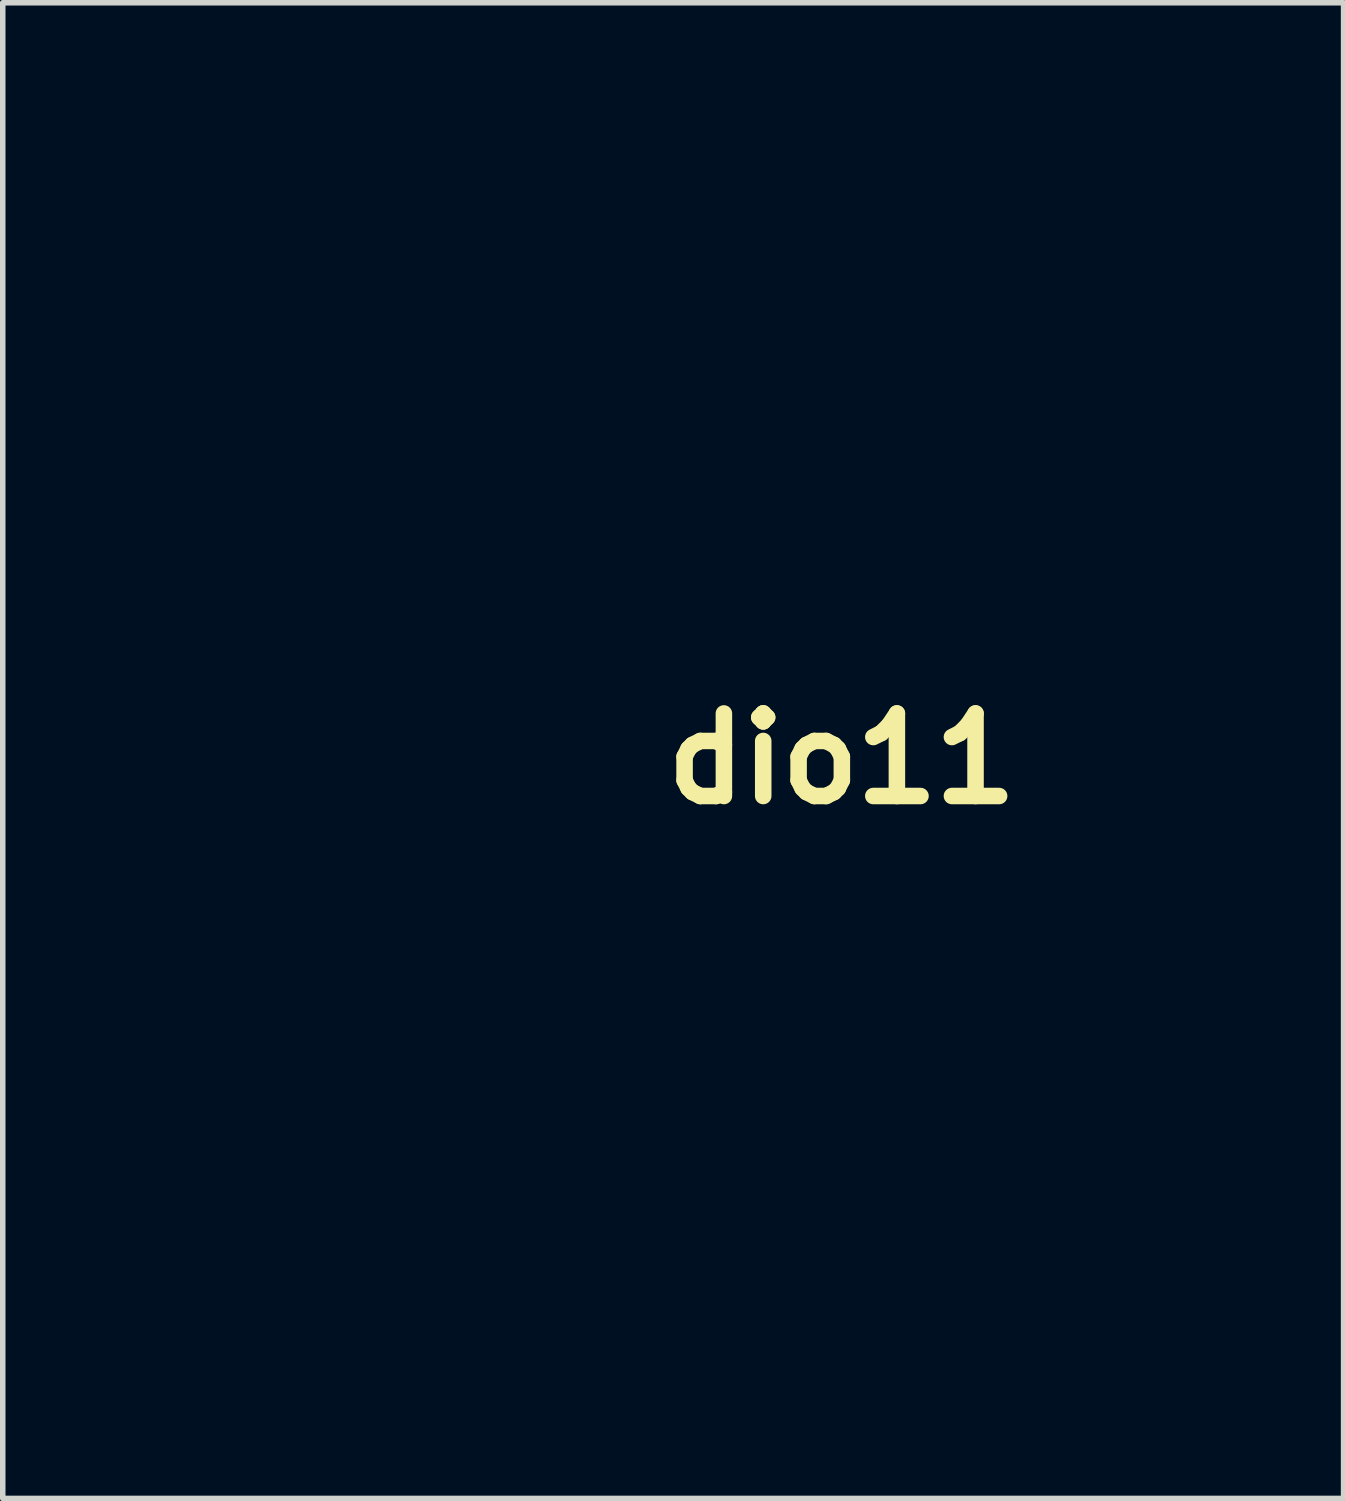
<source format=kicad_pcb>
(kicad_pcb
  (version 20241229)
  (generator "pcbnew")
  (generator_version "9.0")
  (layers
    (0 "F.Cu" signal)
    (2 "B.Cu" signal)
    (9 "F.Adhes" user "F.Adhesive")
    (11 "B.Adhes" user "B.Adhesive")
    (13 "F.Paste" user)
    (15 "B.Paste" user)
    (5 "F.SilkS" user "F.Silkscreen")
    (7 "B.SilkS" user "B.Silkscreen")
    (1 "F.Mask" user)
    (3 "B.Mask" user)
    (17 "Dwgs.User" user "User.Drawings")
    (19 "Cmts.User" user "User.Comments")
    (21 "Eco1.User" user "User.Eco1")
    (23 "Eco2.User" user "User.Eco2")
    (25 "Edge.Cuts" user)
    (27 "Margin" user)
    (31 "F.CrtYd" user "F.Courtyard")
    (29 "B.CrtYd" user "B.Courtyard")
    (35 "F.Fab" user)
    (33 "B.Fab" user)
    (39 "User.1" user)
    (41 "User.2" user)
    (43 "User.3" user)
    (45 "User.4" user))
  (footprint "dio11"
    (layer "F.Cu")
    (at 12.244 10.733)
    (property "Reference" "dio11" (at 0 0 0) (layer "F.SilkS") (effects (font (size 1.5 1.5) (thickness 0.3))))
    (attr board_only exclude_from_pos_files exclude_from_bom)
    (fp_poly (pts (xy -7.146 -7.056) (xy -7.176 -7.026) (xy -7.206 -7.056) (xy -7.176 -7.086)) (stroke (width 0) (type solid)) (fill yes) (layer "F.Mask"))
    (fp_poly (pts (xy -6.845 -8.977) (xy -6.875 -8.947) (xy -6.905 -8.977) (xy -6.875 -9.007)) (stroke (width 0) (type solid)) (fill yes) (layer "F.Mask"))
    (fp_poly (pts (xy -6.845 -8.857) (xy -6.875 -8.827) (xy -6.905 -8.857) (xy -6.875 -8.887)) (stroke (width 0) (type solid)) (fill yes) (layer "F.Mask"))
    (fp_poly (pts (xy -6.725 -8.797) (xy -6.755 -8.767) (xy -6.785 -8.797) (xy -6.755 -8.827)) (stroke (width 0) (type solid)) (fill yes) (layer "F.Mask"))
    (fp_poly (pts (xy -6.065 -8.797) (xy -6.095 -8.767) (xy -6.125 -8.797) (xy -6.095 -8.827)) (stroke (width 0) (type solid)) (fill yes) (layer "F.Mask"))
    (fp_poly (pts (xy -5.945 -9.457) (xy -5.975 -9.427) (xy -6.005 -9.457) (xy -5.975 -9.487)) (stroke (width 0) (type solid)) (fill yes) (layer "F.Mask"))
    (fp_poly (pts (xy -3.963 -10.238) (xy -3.993 -10.208) (xy -4.023 -10.238) (xy -3.993 -10.268)) (stroke (width 0) (type solid)) (fill yes) (layer "F.Mask"))
    (fp_poly (pts (xy -2.822 -10.538) (xy -2.852 -10.508) (xy -2.882 -10.538) (xy -2.852 -10.568)) (stroke (width 0) (type solid)) (fill yes) (layer "F.Mask"))
    (fp_poly (pts (xy -2.582 -10.418) (xy -2.612 -10.388) (xy -2.642 -10.418) (xy -2.612 -10.448)) (stroke (width 0) (type solid)) (fill yes) (layer "F.Mask"))
    (fp_poly (pts (xy -2.342 -9.698) (xy -2.372 -9.668) (xy -2.402 -9.698) (xy -2.372 -9.728)) (stroke (width 0) (type solid)) (fill yes) (layer "F.Mask"))
    (fp_poly (pts (xy -2.042 -9.998) (xy -2.072 -9.968) (xy -2.102 -9.998) (xy -2.072 -10.028)) (stroke (width 0) (type solid)) (fill yes) (layer "F.Mask"))
    (fp_poly (pts (xy -1.681 -9.998) (xy -1.711 -9.968) (xy -1.741 -9.998) (xy -1.711 -10.028)) (stroke (width 0) (type solid)) (fill yes) (layer "F.Mask"))
    (fp_poly (pts (xy 1.141 -9.698) (xy 1.111 -9.668) (xy 1.081 -9.698) (xy 1.111 -9.728)) (stroke (width 0) (type solid)) (fill yes) (layer "F.Mask"))
    (fp_poly (pts (xy -10.493 10.408) (xy -10.486 10.43) (xy -10.568 10.439) (xy -10.654 10.429) (xy -10.643 10.408) (xy -10.52 10.401)) (stroke (width 0) (type solid)) (fill yes) (layer "F.Mask"))
    (fp_poly (pts (xy -6.625 -9.202) (xy -6.618 -9.079) (xy -6.625 -9.052) (xy -6.647 -9.045) (xy -6.656 -9.127) (xy -6.646 -9.212)) (stroke (width 0) (type solid)) (fill yes) (layer "F.Mask"))
    (fp_poly (pts (xy -6.381 -9.344) (xy -6.399 -9.316) (xy -6.46 -9.312) (xy -6.524 -9.327) (xy -6.496 -9.348) (xy -6.403 -9.356)) (stroke (width 0) (type solid)) (fill yes) (layer "F.Mask"))
    (fp_poly (pts (xy -5.124 -9.467) (xy -5.117 -9.396) (xy -5.124 -9.387) (xy -5.16 -9.396) (xy -5.164 -9.427) (xy -5.142 -9.477)) (stroke (width 0) (type solid)) (fill yes) (layer "F.Mask"))
    (fp_poly (pts (xy -5.12 10.352) (xy -5.138 10.379) (xy -5.199 10.383) (xy -5.263 10.369) (xy -5.235 10.347) (xy -5.142 10.34)) (stroke (width 0) (type solid)) (fill yes) (layer "F.Mask"))
    (fp_poly (pts (xy -3.863 7.251) (xy -3.855 7.374) (xy -3.863 7.401) (xy -3.885 7.408) (xy -3.894 7.326) (xy -3.884 7.241)) (stroke (width 0) (type solid)) (fill yes) (layer "F.Mask"))
    (fp_poly (pts (xy -3.683 7.466) (xy -3.691 7.502) (xy -3.723 7.506) (xy -3.772 7.484) (xy -3.763 7.466) (xy -3.692 7.459)) (stroke (width 0) (type solid)) (fill yes) (layer "F.Mask"))
    (fp_poly (pts (xy -3.263 -10.248) (xy -3.271 -10.212) (xy -3.303 -10.208) (xy -3.352 -10.23) (xy -3.343 -10.248) (xy -3.271 -10.255)) (stroke (width 0) (type solid)) (fill yes) (layer "F.Mask"))
    (fp_poly (pts (xy -1.277 -10.244) (xy -1.295 -10.217) (xy -1.356 -10.213) (xy -1.42 -10.227) (xy -1.392 -10.249) (xy -1.298 -10.256)) (stroke (width 0) (type solid)) (fill yes) (layer "F.Mask"))
    (fp_poly (pts (xy 1.361 -10.128) (xy 1.368 -10.057) (xy 1.361 -10.048) (xy 1.325 -10.056) (xy 1.321 -10.088) (xy 1.343 -10.137)) (stroke (width 0) (type solid)) (fill yes) (layer "F.Mask"))
    (fp_poly (pts (xy -9.067 4.626) (xy -9.116 4.677) (xy -9.157 4.684) (xy -9.237 4.671) (xy -9.247 4.66) (xy -9.2 4.621) (xy -9.157 4.602) (xy -9.08 4.601)) (stroke (width 0) (type solid)) (fill yes) (layer "F.Mask"))
    (fp_poly (pts (xy -6.644 -8.145) (xy -6.635 -8.106) (xy -6.673 -8.055) (xy -6.723 -8.067) (xy -6.785 -8.106) (xy -6.832 -8.15) (xy -6.772 -8.165) (xy -6.737 -8.166)) (stroke (width 0) (type solid)) (fill yes) (layer "F.Mask"))
    (fp_poly (pts (xy -6.639 -7.921) (xy -6.704 -7.879) (xy -6.795 -7.865) (xy -6.845 -7.886) (xy -6.845 -7.889) (xy -6.796 -7.921) (xy -6.725 -7.944) (xy -6.644 -7.948)) (stroke (width 0) (type solid)) (fill yes) (layer "F.Mask"))
    (fp_poly (pts (xy -2.535 -9.859) (xy -2.522 -9.791) (xy -2.546 -9.692) (xy -2.582 -9.668) (xy -2.636 -9.716) (xy -2.642 -9.754) (xy -2.605 -9.856) (xy -2.582 -9.878)) (stroke (width 0) (type solid)) (fill yes) (layer "F.Mask"))
    (fp_poly (pts (xy -1.821 -8.484) (xy -1.801 -8.407) (xy -1.844 -8.306) (xy -1.922 -8.287) (xy -2.022 -8.329) (xy -2.042 -8.407) (xy -1.999 -8.507) (xy -1.922 -8.527)) (stroke (width 0) (type solid)) (fill yes) (layer "F.Mask"))
    (fp_poly (pts (xy -1.774 -6.217) (xy -1.741 -6.125) (xy -1.777 -6.031) (xy -1.891 -6.005) (xy -2.009 -6.033) (xy -2.042 -6.125) (xy -2.006 -6.219) (xy -1.891 -6.245)) (stroke (width 0) (type solid)) (fill yes) (layer "F.Mask"))
    (fp_poly (pts (xy 1.531 -5.419) (xy 1.634 -5.374) (xy 1.631 -5.319) (xy 1.531 -5.285) (xy 1.498 -5.284) (xy 1.402 -5.319) (xy 1.381 -5.366) (xy 1.429 -5.423)) (stroke (width 0) (type solid)) (fill yes) (layer "F.Mask"))
    (fp_poly (pts (xy 1.724 -5.84) (xy 1.734 -5.665) (xy 1.724 -5.569) (xy 1.709 -5.541) (xy 1.699 -5.616) (xy 1.698 -5.704) (xy 1.702 -5.834) (xy 1.714 -5.87)) (stroke (width 0) (type solid)) (fill yes) (layer "F.Mask"))
    (fp_poly (pts (xy -7.222 -8.957) (xy -7.206 -8.887) (xy -7.212 -8.789) (xy -7.221 -8.767) (xy -7.261 -8.811) (xy -7.312 -8.887) (xy -7.356 -8.978) (xy -7.32 -9.006) (xy -7.296 -9.007)) (stroke (width 0) (type solid)) (fill yes) (layer "F.Mask"))
    (fp_poly (pts (xy -4.228 -10.222) (xy -4.112 -10.162) (xy -4.083 -10.051) (xy -4.12 -9.941) (xy -4.2 -9.906) (xy -4.277 -9.958) (xy -4.295 -9.998) (xy -4.337 -10.133) (xy -4.348 -10.169) (xy -4.33 -10.225)) (stroke (width 0) (type solid)) (fill yes) (layer "F.Mask"))
    (fp_poly (pts (xy -0.925 -7.939) (xy -0.901 -7.841) (xy -0.927 -7.721) (xy -1.019 -7.686) (xy -1.025 -7.686) (xy -1.118 -7.715) (xy -1.13 -7.82) (xy -1.13 -7.821) (xy -1.079 -7.939) (xy -0.998 -7.98)) (stroke (width 0) (type solid)) (fill yes) (layer "F.Mask"))
    (fp_poly (pts (xy -6.932 -8.434) (xy -6.905 -8.347) (xy -6.918 -8.249) (xy -6.935 -8.226) (xy -6.963 -8.275) (xy -6.965 -8.312) (xy -7.015 -8.398) (xy -7.071 -8.425) (xy -7.124 -8.447) (xy -7.063 -8.458) (xy -7.041 -8.46)) (stroke (width 0) (type solid)) (fill yes) (layer "F.Mask"))
    (fp_poly (pts (xy -6.329 -6.15) (xy -6.305 -6.095) (xy -6.321 -6.015) (xy -6.335 -6.005) (xy -6.365 -6.051) (xy -6.365 -6.06) (xy -6.414 -6.12) (xy -6.47 -6.143) (xy -6.524 -6.165) (xy -6.462 -6.177) (xy -6.44 -6.178)) (stroke (width 0) (type solid)) (fill yes) (layer "F.Mask"))
    (fp_poly (pts (xy -1.222 -9.988) (xy -1.183 -9.94) (xy -1.198 -9.852) (xy -1.267 -9.712) (xy -1.365 -9.688) (xy -1.416 -9.714) (xy -1.485 -9.805) (xy -1.512 -9.878) (xy -1.514 -9.961) (xy -1.444 -9.994) (xy -1.351 -9.998)) (stroke (width 0) (type solid)) (fill yes) (layer "F.Mask"))
    (fp_poly (pts (xy -7.092 -9.467) (xy -7.023 -9.36) (xy -6.997 -9.31) (xy -6.926 -9.162) (xy -6.92 -9.091) (xy -6.988 -9.069) (xy -7.063 -9.067) (xy -7.169 -9.077) (xy -7.173 -9.121) (xy -7.146 -9.157) (xy -7.098 -9.286) (xy -7.103 -9.367) (xy -7.12 -9.47)) (stroke (width 0) (type solid)) (fill yes) (layer "F.Mask"))
    (fp_poly (pts (xy -1.242 -5.937) (xy -1.162 -5.904) (xy -1.141 -5.833) (xy -1.141 -5.825) (xy -1.159 -5.75) (xy -1.232 -5.714) (xy -1.392 -5.705) (xy -1.411 -5.704) (xy -1.58 -5.712) (xy -1.66 -5.745) (xy -1.681 -5.816) (xy -1.681 -5.825) (xy -1.664 -5.9) (xy -1.59 -5.935) (xy -1.431 -5.945) (xy -1.411 -5.945)) (stroke (width 0) (type solid)) (fill yes) (layer "F.Mask"))
    (fp_poly (pts (xy -6.096 -9.297) (xy -5.957 -9.275) (xy -5.887 -9.239) (xy -5.885 -9.231) (xy -5.847 -9.207) (xy -5.825 -9.217) (xy -5.773 -9.204) (xy -5.765 -9.161) (xy -5.811 -9.09) (xy -5.915 -9.067) (xy -6.026 -9.094) (xy -6.086 -9.157) (xy -6.143 -9.245) (xy -6.19 -9.231) (xy -6.211 -9.132) (xy -6.203 -9.037) (xy -6.194 -8.899) (xy -6.215 -8.829) (xy -6.222 -8.827) (xy -6.259 -8.88) (xy -6.286 -9.014) (xy -6.292 -9.069) (xy -6.308 -9.311)) (stroke (width 0) (type solid)) (fill yes) (layer "F.Mask"))
    (fp_poly (pts (xy -5.194 -8.208) (xy -5.026 -8.193) (xy -4.947 -8.157) (xy -4.924 -8.081) (xy -4.924 -8.061) (xy -4.96 -7.951) (xy -5.04 -7.926) (xy -5.144 -7.876) (xy -5.175 -7.791) (xy -5.208 -7.702) (xy -5.297 -7.657) (xy -5.45 -7.638) (xy -5.633 -7.64) (xy -5.725 -7.684) (xy -5.74 -7.71) (xy -5.744 -7.842) (xy -5.65 -7.917) (xy -5.581 -7.926) (xy -5.488 -7.964) (xy -5.464 -8.073) (xy -5.454 -8.164) (xy -5.4 -8.204) (xy -5.272 -8.211)) (stroke (width 0) (type solid)) (fill yes) (layer "F.Mask"))
    (fp_poly (pts (xy -3.838 -9.055) (xy -3.803 -9) (xy -3.787 -8.879) (xy -3.783 -8.664) (xy -3.783 -8.647) (xy -3.786 -8.426) (xy -3.801 -8.299) (xy -3.834 -8.241) (xy -3.894 -8.227) (xy -3.903 -8.226) (xy -3.997 -8.262) (xy -4.023 -8.377) (xy -4.048 -8.491) (xy -4.146 -8.526) (xy -4.173 -8.527) (xy -4.291 -8.565) (xy -4.33 -8.651) (xy -4.286 -8.737) (xy -4.188 -8.778) (xy -4.067 -8.846) (xy -4.034 -8.932) (xy -3.975 -9.045) (xy -3.899 -9.067)) (stroke (width 0) (type solid)) (fill yes) (layer "F.Mask"))
    (fp_poly (pts (xy -6.779 -7.616) (xy -6.712 -7.601) (xy -6.668 -7.561) (xy -6.643 -7.474) (xy -6.628 -7.315) (xy -6.619 -7.062) (xy -6.618 -7.041) (xy -6.615 -6.8) (xy -6.622 -6.614) (xy -6.637 -6.508) (xy -6.648 -6.493) (xy -6.74 -6.511) (xy -6.824 -6.527) (xy -6.965 -6.59) (xy -7.059 -6.669) (xy -7.127 -6.754) (xy -7.099 -6.782) (xy -7.008 -6.785) (xy -6.852 -6.785) (xy -6.888 -7.211) (xy -6.905 -7.432) (xy -6.905 -7.557) (xy -6.882 -7.613) (xy -6.828 -7.622)) (stroke (width 0) (type solid)) (fill yes) (layer "F.Mask"))
    (fp_poly (pts (xy -1.249 -7.67) (xy -1.213 -7.603) (xy -1.201 -7.455) (xy -1.201 -7.386) (xy -1.206 -7.207) (xy -1.231 -7.118) (xy -1.291 -7.088) (xy -1.344 -7.086) (xy -1.458 -7.055) (xy -1.479 -6.983) (xy -1.522 -6.886) (xy -1.576 -6.858) (xy -1.659 -6.876) (xy -1.682 -6.976) (xy -1.699 -7.154) (xy -1.719 -7.251) (xy -1.728 -7.35) (xy -1.658 -7.384) (xy -1.598 -7.386) (xy -1.48 -7.408) (xy -1.442 -7.498) (xy -1.441 -7.536) (xy -1.413 -7.654) (xy -1.321 -7.686)) (stroke (width 0) (type solid)) (fill yes) (layer "F.Mask"))
    (fp_poly (pts (xy -0.086 -7.11) (xy -0.06 -6.996) (xy -0.088 -6.878) (xy -0.18 -6.845) (xy -0.252 -6.83) (xy -0.288 -6.762) (xy -0.3 -6.615) (xy -0.3 -6.545) (xy -0.305 -6.367) (xy -0.33 -6.278) (xy -0.39 -6.248) (xy -0.45 -6.245) (xy -0.565 -6.22) (xy -0.6 -6.122) (xy -0.6 -6.095) (xy -0.629 -5.976) (xy -0.717 -5.945) (xy -0.826 -5.965) (xy -0.859 -5.99) (xy -0.867 -6.066) (xy -0.868 -6.233) (xy -0.86 -6.458) (xy -0.855 -6.56) (xy -0.838 -6.814) (xy -0.818 -6.971) (xy -0.788 -7.053) (xy -0.742 -7.083) (xy -0.713 -7.086) (xy -0.618 -7.04) (xy -0.6 -6.965) (xy -0.565 -6.871) (xy -0.45 -6.845) (xy -0.336 -6.87) (xy -0.301 -6.968) (xy -0.3 -6.996) (xy -0.272 -7.113) (xy -0.18 -7.146)) (stroke (width 0) (type solid)) (fill yes) (layer "F.Mask"))
    (fp_poly (pts (xy 1.371 -9.919) (xy 1.374 -9.863) (xy 1.411 -9.758) (xy 1.526 -9.728) (xy 1.532 -9.728) (xy 1.637 -9.714) (xy 1.66 -9.647) (xy 1.643 -9.563) (xy 1.569 -9.4) (xy 1.462 -9.265) (xy 1.364 -9.155) (xy 1.321 -9.072) (xy 1.321 -9.07) (xy 1.272 -9.014) (xy 1.231 -9.007) (xy 1.124 -8.967) (xy 1.021 -8.887) (xy 0.887 -8.797) (xy 0.774 -8.767) (xy 0.682 -8.74) (xy 0.682 -8.677) (xy 0.671 -8.602) (xy 0.584 -8.579) (xy 0.432 -8.568) (xy 0.243 -8.552) (xy 0.231 -8.551) (xy 0.059 -8.557) (xy -0.021 -8.616) (xy -0.025 -8.624) (xy -0.054 -8.738) (xy -0.017 -8.8) (xy 0.106 -8.824) (xy 0.24 -8.827) (xy 0.418 -8.832) (xy 0.507 -8.857) (xy 0.538 -8.917) (xy 0.54 -8.977) (xy 0.551 -9.069) (xy 0.605 -9.113) (xy 0.733 -9.126) (xy 0.817 -9.127) (xy 0.985 -9.132) (xy 1.063 -9.157) (xy 1.078 -9.225) (xy 1.07 -9.295) (xy 1.064 -9.413) (xy 1.12 -9.447) (xy 1.213 -9.438) (xy 1.334 -9.435) (xy 1.377 -9.496) (xy 1.381 -9.569) (xy 1.363 -9.679) (xy 1.296 -9.696) (xy 1.276 -9.69) (xy 1.215 -9.68) (xy 1.239 -9.707) (xy 1.31 -9.804) (xy 1.337 -9.878) (xy 1.36 -9.955)) (stroke (width 0) (type solid)) (fill yes) (layer "F.Mask"))
    (fp_poly (pts (xy 0.223 -10.703) (xy 0.285 -10.593) (xy 0.384 -10.57) (xy 0.472 -10.634) (xy 0.498 -10.703) (xy 0.513 -10.732) (xy 0.524 -10.656) (xy 0.527 -10.568) (xy 0.516 -10.301) (xy 0.479 -10.143) (xy 0.413 -10.088) (xy 0.407 -10.088) (xy 0.335 -10.047) (xy 0.211 -9.941) (xy 0.087 -9.818) (xy -0.054 -9.676) (xy -0.163 -9.578) (xy -0.213 -9.548) (xy -0.28 -9.505) (xy -0.334 -9.442) (xy -0.43 -9.357) (xy -0.491 -9.337) (xy -0.541 -9.325) (xy -0.57 -9.27) (xy -0.586 -9.143) (xy -0.594 -8.992) (xy -0.606 -8.894) (xy -0.654 -8.845) (xy -0.768 -8.829) (xy -0.901 -8.827) (xy -1.201 -8.827) (xy -1.201 -8.557) (xy -1.209 -8.388) (xy -1.241 -8.308) (xy -1.312 -8.287) (xy -1.321 -8.287) (xy -1.422 -8.329) (xy -1.441 -8.402) (xy -1.492 -8.507) (xy -1.576 -8.538) (xy -1.698 -8.606) (xy -1.731 -8.692) (xy -1.722 -8.793) (xy -1.637 -8.826) (xy -1.595 -8.827) (xy -1.476 -8.853) (xy -1.441 -8.946) (xy -1.441 -8.947) (xy -1.399 -9.047) (xy -1.321 -9.067) (xy -1.227 -9.102) (xy -1.201 -9.217) (xy -1.189 -9.311) (xy -1.133 -9.354) (xy -0.999 -9.367) (xy -0.937 -9.367) (xy -0.769 -9.376) (xy -0.682 -9.415) (xy -0.64 -9.503) (xy -0.636 -9.517) (xy -0.562 -9.642) (xy -0.479 -9.668) (xy -0.386 -9.703) (xy -0.36 -9.818) (xy -0.335 -9.932) (xy -0.238 -9.967) (xy -0.21 -9.968) (xy -0.096 -9.993) (xy -0.061 -10.09) (xy -0.06 -10.118) (xy -0.036 -10.231) (xy 0.058 -10.267) (xy 0.096 -10.268) (xy 0.189 -10.276) (xy 0.23 -10.32) (xy 0.235 -10.433) (xy 0.225 -10.553) (xy 0.214 -10.689) (xy 0.215 -10.733)) (stroke (width 0) (type solid)) (fill yes) (layer "F.Mask"))
    (fp_poly (pts (xy 2.362 -8.876) (xy 2.385 -8.875) (xy 2.792 -8.863) (xy 2.387 -8.842) (xy 2.17 -8.827) (xy 2.047 -8.803) (xy 1.993 -8.763) (xy 1.982 -8.704) (xy 1.994 -8.642) (xy 2.047 -8.607) (xy 2.167 -8.591) (xy 2.379 -8.587) (xy 2.402 -8.587) (xy 2.609 -8.583) (xy 2.759 -8.574) (xy 2.822 -8.562) (xy 2.822 -8.561) (xy 2.803 -8.491) (xy 2.764 -8.381) (xy 2.721 -8.295) (xy 2.653 -8.248) (xy 2.527 -8.23) (xy 2.341 -8.226) (xy 2.121 -8.218) (xy 1.996 -8.188) (xy 1.942 -8.132) (xy 1.941 -8.132) (xy 1.861 -8.038) (xy 1.763 -7.983) (xy 1.655 -7.912) (xy 1.621 -7.844) (xy 1.573 -7.75) (xy 1.531 -7.724) (xy 1.467 -7.644) (xy 1.442 -7.46) (xy 1.441 -7.418) (xy 1.449 -7.248) (xy 1.482 -7.167) (xy 1.552 -7.146) (xy 1.557 -7.146) (xy 1.662 -7.197) (xy 1.693 -7.281) (xy 1.703 -7.294) (xy 1.71 -7.205) (xy 1.714 -7.034) (xy 1.714 -6.996) (xy 1.711 -6.811) (xy 1.705 -6.706) (xy 1.695 -6.699) (xy 1.693 -6.71) (xy 1.635 -6.82) (xy 1.533 -6.857) (xy 1.434 -6.822) (xy 1.382 -6.718) (xy 1.381 -6.699) (xy 1.409 -6.586) (xy 1.514 -6.539) (xy 1.546 -6.534) (xy 1.711 -6.515) (xy 1.581 -6.384) (xy 1.487 -6.239) (xy 1.42 -6.042) (xy 1.411 -5.994) (xy 1.381 -5.833) (xy 1.331 -5.757) (xy 1.225 -5.733) (xy 1.121 -5.73) (xy 0.925 -5.745) (xy 0.82 -5.811) (xy 0.783 -5.948) (xy 0.782 -5.995) (xy 0.757 -6.098) (xy 0.703 -6.108) (xy 0.647 -6.038) (xy 0.614 -5.91) (xy 0.581 -5.668) (xy 0.535 -5.527) (xy 0.467 -5.469) (xy 0.433 -5.464) (xy 0.331 -5.415) (xy 0.269 -5.33) (xy 0.187 -5.216) (xy 0.092 -5.173) (xy 0.019 -5.205) (xy 0 -5.28) (xy 0.04 -5.383) (xy 0.12 -5.404) (xy 0.214 -5.439) (xy 0.24 -5.554) (xy 0.265 -5.669) (xy 0.363 -5.704) (xy 0.39 -5.704) (xy 0.479 -5.714) (xy 0.523 -5.763) (xy 0.539 -5.882) (xy 0.54 -6.009) (xy 0.536 -6.187) (xy 0.513 -6.274) (xy 0.459 -6.298) (xy 0.405 -6.294) (xy 0.302 -6.303) (xy 0.277 -6.393) (xy 0.277 -6.41) (xy 0.255 -6.515) (xy 0.151 -6.545) (xy 0.142 -6.545) (xy 0.033 -6.572) (xy 0.000362 -6.674) (xy 0 -6.695) (xy 0.025 -6.81) (xy 0.122 -6.845) (xy 0.146 -6.845) (xy 0.231 -6.853) (xy 0.269 -6.898) (xy 0.272 -7.009) (xy 0.259 -7.146) (xy 0.243 -7.323) (xy 0.255 -7.412) (xy 0.307 -7.442) (xy 0.384 -7.446) (xy 0.501 -7.423) (xy 0.539 -7.334) (xy 0.54 -7.296) (xy 0.552 -7.203) (xy 0.608 -7.159) (xy 0.74 -7.146) (xy 0.807 -7.146) (xy 0.976 -7.135) (xy 1.088 -7.107) (xy 1.107 -7.092) (xy 1.089 -7.024) (xy 0.995 -6.944) (xy 0.861 -6.874) (xy 0.725 -6.837) (xy 0.676 -6.837) (xy 0.576 -6.828) (xy 0.542 -6.743) (xy 0.54 -6.693) (xy 0.556 -6.579) (xy 0.627 -6.548) (xy 0.706 -6.556) (xy 0.804 -6.564) (xy 0.85 -6.532) (xy 0.858 -6.431) (xy 0.85 -6.292) (xy 0.829 -6.005) (xy 1.105 -6.005) (xy 1.381 -6.005) (xy 1.381 -6.24) (xy 1.367 -6.481) (xy 1.324 -6.607) (xy 1.252 -6.618) (xy 1.224 -6.599) (xy 1.152 -6.485) (xy 1.134 -6.403) (xy 1.126 -6.314) (xy 1.11 -6.343) (xy 1.097 -6.395) (xy 1.041 -6.515) (xy 0.999 -6.559) (xy 0.966 -6.598) (xy 1.006 -6.604) (xy 1.067 -6.655) (xy 1.081 -6.725) (xy 1.116 -6.819) (xy 1.233 -6.845) (xy 1.333 -6.858) (xy 1.371 -6.92) (xy 1.37 -7.065) (xy 1.333 -7.237) (xy 1.249 -7.311) (xy 1.248 -7.312) (xy 1.152 -7.365) (xy 1.163 -7.422) (xy 1.261 -7.446) (xy 1.362 -7.489) (xy 1.381 -7.563) (xy 1.361 -7.636) (xy 1.28 -7.676) (xy 1.11 -7.697) (xy 1.096 -7.698) (xy 0.92 -7.717) (xy 0.835 -7.755) (xy 0.811 -7.826) (xy 0.811 -7.836) (xy 0.823 -7.899) (xy 0.876 -7.937) (xy 0.996 -7.959) (xy 1.207 -7.972) (xy 1.246 -7.974) (xy 1.47 -7.985) (xy 1.601 -8.004) (xy 1.662 -8.038) (xy 1.68 -8.099) (xy 1.681 -8.139) (xy 1.71 -8.255) (xy 1.803 -8.287) (xy 1.923 -8.332) (xy 1.972 -8.436) (xy 1.935 -8.542) (xy 1.906 -8.662) (xy 1.926 -8.752) (xy 1.965 -8.824) (xy 2.03 -8.863) (xy 2.152 -8.878)) (stroke (width 0) (type solid)) (fill yes) (layer "F.Mask"))
    (fp_poly (pts (xy -3.528 -8.209) (xy -3.492 -8.135) (xy -3.483 -7.976) (xy -3.483 -7.956) (xy -3.476 -7.789) (xy -3.446 -7.71) (xy -3.373 -7.687) (xy -3.335 -7.686) (xy -3.259 -7.679) (xy -3.213 -7.641) (xy -3.189 -7.546) (xy -3.175 -7.369) (xy -3.17 -7.251) (xy -3.158 -7.025) (xy -3.138 -6.892) (xy -3.101 -6.826) (xy -3.038 -6.8) (xy -3.017 -6.796) (xy -2.938 -6.795) (xy -2.898 -6.841) (xy -2.884 -6.961) (xy -2.882 -7.081) (xy -2.876 -7.263) (xy -2.85 -7.354) (xy -2.792 -7.384) (xy -2.762 -7.386) (xy -2.691 -7.371) (xy -2.655 -7.306) (xy -2.643 -7.163) (xy -2.642 -7.071) (xy -2.635 -6.833) (xy -2.619 -6.55) (xy -2.603 -6.353) (xy -2.578 -6.135) (xy -2.547 -6.01) (xy -2.499 -5.951) (xy -2.439 -5.933) (xy -2.37 -5.91) (xy -2.329 -5.848) (xy -2.307 -5.719) (xy -2.294 -5.509) (xy -2.287 -5.295) (xy -2.294 -5.174) (xy -2.325 -5.119) (xy -2.389 -5.105) (xy -2.429 -5.104) (xy -2.582 -5.104) (xy -2.582 -4.42) (xy -2.583 -4.125) (xy -2.588 -3.929) (xy -2.603 -3.81) (xy -2.632 -3.745) (xy -2.678 -3.714) (xy -2.732 -3.698) (xy -2.798 -3.677) (xy -2.842 -3.64) (xy -2.866 -3.563) (xy -2.878 -3.425) (xy -2.882 -3.203) (xy -2.882 -3.016) (xy -2.877 -2.617) (xy -2.864 -2.325) (xy -2.839 -2.125) (xy -2.8 -2.005) (xy -2.743 -1.949) (xy -2.68 -1.944) (xy -2.629 -1.957) (xy -2.594 -1.993) (xy -2.57 -2.068) (xy -2.554 -2.203) (xy -2.545 -2.416) (xy -2.537 -2.726) (xy -2.535 -2.813) (xy -2.528 -3.148) (xy -2.519 -3.381) (xy -2.505 -3.531) (xy -2.484 -3.616) (xy -2.452 -3.654) (xy -2.407 -3.663) (xy -2.4 -3.663) (xy -2.338 -3.675) (xy -2.302 -3.727) (xy -2.286 -3.846) (xy -2.282 -4.056) (xy -2.282 -4.083) (xy -2.279 -4.304) (xy -2.264 -4.431) (xy -2.231 -4.489) (xy -2.171 -4.503) (xy -2.162 -4.504) (xy -2.089 -4.487) (xy -2.053 -4.419) (xy -2.042 -4.268) (xy -2.042 -4.212) (xy -2.033 -3.96) (xy -2.01 -3.698) (xy -2.003 -3.638) (xy -1.972 -3.467) (xy -1.93 -3.387) (xy -1.858 -3.372) (xy -1.838 -3.375) (xy -1.784 -3.389) (xy -1.748 -3.427) (xy -1.726 -3.51) (xy -1.716 -3.658) (xy -1.712 -3.893) (xy -1.711 -4.098) (xy -1.71 -4.398) (xy -1.705 -4.598) (xy -1.696 -4.684) (xy -1.441 -4.684) (xy -1.406 -4.59) (xy -1.291 -4.564) (xy -1.173 -4.592) (xy -1.141 -4.684) (xy -1.176 -4.778) (xy -1.291 -4.804) (xy -1.409 -4.776) (xy -1.441 -4.684) (xy -1.696 -4.684) (xy -1.692 -4.719) (xy -1.666 -4.779) (xy -1.625 -4.801) (xy -1.576 -4.804) (xy -1.471 -4.846) (xy -1.432 -4.943) (xy -1.46 -5.047) (xy -1.556 -5.112) (xy -1.571 -5.115) (xy -1.657 -5.16) (xy -1.715 -5.242) (xy -1.726 -5.317) (xy -1.681 -5.344) (xy -1.586 -5.364) (xy -1.536 -5.381) (xy -1.465 -5.379) (xy -1.441 -5.282) (xy -1.441 -5.261) (xy -1.419 -5.143) (xy -1.328 -5.105) (xy -1.291 -5.104) (xy -1.197 -5.116) (xy -1.154 -5.172) (xy -1.141 -5.306) (xy -1.141 -5.367) (xy -1.131 -5.538) (xy -1.09 -5.626) (xy -1.006 -5.667) (xy -0.784 -5.707) (xy -0.653 -5.681) (xy -0.602 -5.585) (xy -0.6 -5.554) (xy -0.627 -5.439) (xy -0.723 -5.405) (xy -0.736 -5.404) (xy -0.806 -5.397) (xy -0.844 -5.358) (xy -0.858 -5.261) (xy -0.855 -5.081) (xy -0.851 -4.984) (xy -0.842 -4.765) (xy -0.848 -4.639) (xy -0.877 -4.581) (xy -0.937 -4.564) (xy -0.986 -4.564) (xy -1.141 -4.564) (xy -1.141 -3.693) (xy -1.141 -2.822) (xy -1.291 -2.822) (xy -1.361 -2.818) (xy -1.404 -2.791) (xy -1.429 -2.719) (xy -1.439 -2.579) (xy -1.441 -2.348) (xy -1.441 -2.252) (xy -1.44 -1.988) (xy -1.433 -1.821) (xy -1.414 -1.729) (xy -1.377 -1.69) (xy -1.316 -1.681) (xy -1.291 -1.681) (xy -1.202 -1.672) (xy -1.157 -1.622) (xy -1.142 -1.502) (xy -1.141 -1.381) (xy -1.136 -1.203) (xy -1.111 -1.114) (xy -1.051 -1.084) (xy -0.991 -1.081) (xy -0.873 -1.053) (xy -0.841 -0.961) (xy -0.812 -0.873) (xy -0.707 -0.842) (xy -0.661 -0.841) (xy -0.532 -0.857) (xy -0.485 -0.925) (xy -0.48 -0.991) (xy -0.505 -1.105) (xy -0.603 -1.14) (xy -0.627 -1.141) (xy -0.717 -1.153) (xy -0.764 -1.211) (xy -0.786 -1.346) (xy -0.792 -1.426) (xy -0.812 -1.603) (xy -0.852 -1.693) (xy -0.93 -1.728) (xy -0.946 -1.731) (xy -1.01 -1.747) (xy -1.05 -1.79) (xy -1.071 -1.883) (xy -1.08 -2.051) (xy -1.081 -2.279) (xy -1.078 -2.535) (xy -1.067 -2.695) (xy -1.043 -2.784) (xy -0.999 -2.826) (xy -0.961 -2.84) (xy -0.904 -2.865) (xy -0.868 -2.922) (xy -0.849 -3.033) (xy -0.842 -3.224) (xy -0.841 -3.417) (xy -0.838 -3.676) (xy -0.829 -3.838) (xy -0.807 -3.924) (xy -0.768 -3.958) (xy -0.727 -3.963) (xy -0.621 -4.018) (xy -0.576 -4.113) (xy -0.502 -4.237) (xy -0.419 -4.263) (xy -0.326 -4.299) (xy -0.3 -4.413) (xy -0.275 -4.528) (xy -0.178 -4.563) (xy -0.152 -4.564) (xy -0.051 -4.53) (xy -0.04 -4.455) (xy -0.117 -4.377) (xy -0.155 -4.36) (xy -0.232 -4.281) (xy -0.24 -4.239) (xy -0.29 -4.151) (xy -0.357 -4.114) (xy -0.467 -4.038) (xy -0.521 -3.923) (xy -0.517 -3.808) (xy -0.45 -3.733) (xy -0.396 -3.723) (xy -0.317 -3.674) (xy -0.251 -3.573) (xy -0.174 -3.462) (xy -0.101 -3.423) (xy -0.018 -3.374) (xy 0.049 -3.273) (xy 0.13 -3.162) (xy 0.209 -3.122) (xy 0.289 -3.076) (xy 0.3 -3.034) (xy 0.348 -2.937) (xy 0.411 -2.887) (xy 0.534 -2.803) (xy 0.676 -2.682) (xy 0.804 -2.555) (xy 0.886 -2.453) (xy 0.901 -2.417) (xy 0.949 -2.354) (xy 1.051 -2.293) (xy 1.162 -2.217) (xy 1.201 -2.147) (xy 1.25 -2.066) (xy 1.336 -2.011) (xy 1.439 -1.925) (xy 1.486 -1.763) (xy 1.49 -1.726) (xy 1.514 -1.582) (xy 1.549 -1.505) (xy 1.559 -1.501) (xy 1.622 -1.462) (xy 1.748 -1.358) (xy 1.914 -1.209) (xy 1.986 -1.141) (xy 2.364 -0.781) (xy 2.364 -0.309) (xy 2.362 -0.072) (xy 2.346 0.085) (xy 2.305 0.197) (xy 2.224 0.305) (xy 2.118 0.418) (xy 1.971 0.587) (xy 1.888 0.739) (xy 1.843 0.931) (xy 1.83 1.035) (xy 1.796 1.249) (xy 1.752 1.369) (xy 1.686 1.422) (xy 1.675 1.426) (xy 1.581 1.472) (xy 1.561 1.505) (xy 1.521 1.569) (xy 1.417 1.69) (xy 1.271 1.841) (xy 1.269 1.843) (xy 1.027 2.102) (xy 0.835 2.346) (xy 0.709 2.556) (xy 0.661 2.711) (xy 0.661 2.716) (xy 0.612 2.826) (xy 0.55 2.862) (xy 0.463 2.928) (xy 0.374 3.059) (xy 0.301 3.212) (xy 0.264 3.348) (xy 0.279 3.423) (xy 0.374 3.469) (xy 0.48 3.493) (xy 0.578 3.521) (xy 0.621 3.596) (xy 0.63 3.753) (xy 0.625 3.903) (xy 0.586 3.975) (xy 0.48 4.003) (xy 0.372 4.012) (xy 0.197 4.038) (xy 0.102 4.098) (xy 0.059 4.177) (xy -0.004 4.287) (xy -0.06 4.323) (xy -0.126 4.373) (xy -0.18 4.474) (xy -0.248 4.585) (xy -0.314 4.624) (xy -0.404 4.67) (xy -0.464 4.74) (xy -0.538 4.809) (xy -0.672 4.857) (xy -0.895 4.891) (xy -0.959 4.898) (xy -1.211 4.934) (xy -1.349 4.985) (xy -1.38 5.054) (xy -1.309 5.148) (xy -1.288 5.167) (xy -1.229 5.283) (xy -1.216 5.468) (xy -1.244 5.68) (xy -1.305 5.879) (xy -1.395 6.024) (xy -1.407 6.035) (xy -1.519 6.157) (xy -1.58 6.26) (xy -1.671 6.345) (xy -1.79 6.365) (xy -1.954 6.403) (xy -2.065 6.478) (xy -2.191 6.562) (xy -2.369 6.622) (xy -2.398 6.628) (xy -2.561 6.671) (xy -2.644 6.752) (xy -2.668 6.821) (xy -2.67 6.995) (xy -2.592 7.105) (xy -2.461 7.14) (xy -2.305 7.088) (xy -2.204 7.005) (xy -2.063 6.875) (xy -1.911 6.792) (xy -1.717 6.745) (xy -1.45 6.726) (xy -1.28 6.724) (xy -0.894 6.701) (xy -0.574 6.636) (xy -0.336 6.536) (xy -0.201 6.409) (xy -0.122 6.337) (xy 0.031 6.237) (xy 0.222 6.128) (xy 0.415 6.03) (xy 0.574 5.963) (xy 0.651 5.945) (xy 0.728 5.905) (xy 0.866 5.8) (xy 1.041 5.648) (xy 1.132 5.563) (xy 1.435 5.305) (xy 1.703 5.155) (xy 1.948 5.112) (xy 2.185 5.174) (xy 2.427 5.341) (xy 2.531 5.439) (xy 2.678 5.578) (xy 2.799 5.674) (xy 2.858 5.703) (xy 2.943 5.666) (xy 3.065 5.574) (xy 3.087 5.554) (xy 3.148 5.501) (xy 3.212 5.461) (xy 3.297 5.435) (xy 3.422 5.418) (xy 3.606 5.409) (xy 3.869 5.405) (xy 4.229 5.404) (xy 4.31 5.404) (xy 5.372 5.404) (xy 5.736 5.785) (xy 5.918 5.983) (xy 6.03 6.129) (xy 6.089 6.253) (xy 6.113 6.385) (xy 6.115 6.416) (xy 6.115 6.581) (xy 6.077 6.669) (xy 5.981 6.723) (xy 5.973 6.726) (xy 5.844 6.753) (xy 5.632 6.774) (xy 5.375 6.786) (xy 5.265 6.787) (xy 4.889 6.795) (xy 4.504 6.815) (xy 4.134 6.844) (xy 3.806 6.879) (xy 3.542 6.919) (xy 3.368 6.962) (xy 3.343 6.972) (xy 3.224 7.046) (xy 3.197 7.129) (xy 3.265 7.237) (xy 3.434 7.384) (xy 3.473 7.414) (xy 3.741 7.675) (xy 3.961 8.021) (xy 3.962 8.022) (xy 4.041 8.183) (xy 4.097 8.32) (xy 4.134 8.463) (xy 4.158 8.639) (xy 4.175 8.875) (xy 4.188 9.201) (xy 4.19 9.247) (xy 4.2 9.62) (xy 4.197 9.889) (xy 4.175 10.072) (xy 4.129 10.185) (xy 4.054 10.244) (xy 3.944 10.266) (xy 3.864 10.268) (xy 3.557 10.231) (xy 3.324 10.115) (xy 3.158 9.911) (xy 3.051 9.612) (xy 3.001 9.262) (xy 2.975 8.985) (xy 2.947 8.812) (xy 2.91 8.729) (xy 2.859 8.72) (xy 2.809 8.753) (xy 2.606 8.866) (xy 2.3 8.963) (xy 1.909 9.039) (xy 1.448 9.091) (xy 1.147 9.109) (xy 0.818 9.121) (xy 0.588 9.126) (xy 0.434 9.12) (xy 0.336 9.102) (xy 0.272 9.069) (xy 0.22 9.019) (xy 0.216 9.015) (xy 0.107 8.921) (xy 0.024 8.887) (xy -0.067 8.842) (xy -0.139 8.764) (xy -0.29 8.645) (xy -0.498 8.602) (xy -0.726 8.637) (xy -0.859 8.7) (xy -1.023 8.782) (xy -1.166 8.825) (xy -1.188 8.827) (xy -1.314 8.864) (xy -1.464 8.956) (xy -1.49 8.977) (xy -1.62 9.074) (xy -1.715 9.125) (xy -1.728 9.127) (xy -1.801 9.17) (xy -1.933 9.3) (xy -2.13 9.522) (xy -2.348 9.782) (xy -2.489 9.916) (xy -2.667 9.992) (xy -2.806 10.02) (xy -3.02 10.075) (xy -3.213 10.158) (xy -3.273 10.198) (xy -3.498 10.306) (xy -3.745 10.318) (xy -3.913 10.263) (xy -4.037 10.228) (xy -4.102 10.263) (xy -4.217 10.325) (xy -4.326 10.312) (xy -4.382 10.23) (xy -4.383 10.212) (xy -4.405 10.141) (xy -4.486 10.096) (xy -4.655 10.063) (xy -4.708 10.056) (xy -4.95 10.04) (xy -5.192 10.047) (xy -5.284 10.058) (xy -5.443 10.094) (xy -5.509 10.143) (xy -5.512 10.227) (xy -5.512 10.229) (xy -5.507 10.274) (xy -5.52 10.307) (xy -5.569 10.33) (xy -5.667 10.347) (xy -5.83 10.357) (xy -6.074 10.364) (xy -6.415 10.37) (xy -6.647 10.373) (xy -7.806 10.387) (xy -7.806 10.237) (xy -7.795 10.145) (xy -7.74 10.101) (xy -7.608 10.089) (xy -7.536 10.088) (xy -7.369 10.082) (xy -7.29 10.051) (xy -7.267 9.978) (xy -7.266 9.938) (xy -7.27 9.868) (xy -7.297 9.824) (xy -7.369 9.8) (xy -7.509 9.79) (xy -7.74 9.788) (xy -7.836 9.788) (xy -8.1 9.789) (xy -8.267 9.796) (xy -8.359 9.815) (xy -8.398 9.852) (xy -8.406 9.912) (xy -8.407 9.938) (xy -8.431 10.052) (xy -8.529 10.087) (xy -8.557 10.088) (xy -8.635 10.082) (xy -8.68 10.046) (xy -8.701 9.954) (xy -8.707 9.78) (xy -8.707 9.668) (xy -8.707 9.247) (xy -9.005 9.247) (xy -9.304 9.247) (xy -9.267 9.818) (xy -9.229 10.388) (xy -9.809 10.388) (xy -10.388 10.388) (xy -10.388 10.063) (xy -10.398 9.803) (xy -10.431 9.644) (xy -10.494 9.565) (xy -10.575 9.548) (xy -10.646 9.567) (xy -10.68 9.647) (xy -10.688 9.816) (xy -10.688 9.818) (xy -10.688 10.088) (xy -11.034 10.097) (xy -11.236 10.102) (xy -11.393 10.104) (xy -11.454 10.104) (xy -11.516 10.146) (xy -11.528 10.244) (xy -11.495 10.348) (xy -11.424 10.407) (xy -11.363 10.428) (xy -11.417 10.433) (xy -11.439 10.433) (xy -11.6 10.42) (xy -11.694 10.406) (xy -11.78 10.372) (xy -11.819 10.291) (xy -11.829 10.127) (xy -11.829 10.114) (xy -11.82 9.945) (xy -11.785 9.866) (xy -11.719 9.848) (xy -11.592 9.822) (xy -11.56 9.732) (xy -11.573 9.664) (xy -11.642 9.566) (xy -11.743 9.555) (xy -11.827 9.627) (xy -11.847 9.683) (xy -11.861 9.714) (xy -11.866 9.64) (xy -11.864 9.565) (xy -11.831 9.397) (xy -10.148 9.397) (xy -10.123 9.512) (xy -10.026 9.547) (xy -9.998 9.548) (xy -9.885 9.571) (xy -9.849 9.667) (xy -9.848 9.702) (xy -9.828 9.814) (xy -9.749 9.841) (xy -9.713 9.837) (xy -9.628 9.807) (xy -9.583 9.728) (xy -9.562 9.566) (xy -9.559 9.533) (xy -9.541 9.247) (xy -9.844 9.247) (xy -10.024 9.252) (xy -10.114 9.276) (xy -10.145 9.335) (xy -10.148 9.397) (xy -11.831 9.397) (xy -11.814 9.312) (xy -11.738 9.187) (xy -4.143 9.187) (xy -4.138 9.365) (xy -4.114 9.454) (xy -4.053 9.485) (xy -3.993 9.487) (xy -3.904 9.478) (xy -3.86 9.428) (xy -3.848 9.337) (xy -3.543 9.337) (xy -3.515 9.455) (xy -3.423 9.487) (xy -3.329 9.452) (xy -3.303 9.337) (xy -3.331 9.22) (xy -3.423 9.187) (xy -3.517 9.222) (xy -3.543 9.337) (xy -3.848 9.337) (xy -3.844 9.308) (xy -3.843 9.187) (xy -3.848 9.009) (xy -3.873 8.92) (xy -3.933 8.89) (xy -3.993 8.887) (xy -4.082 8.897) (xy -4.127 8.946) (xy -4.142 9.067) (xy -4.143 9.187) (xy -11.738 9.187) (xy -11.73 9.175) (xy -11.643 9.027) (xy -11.58 8.827) (xy -11.574 8.79) (xy -6.424 8.79) (xy -6.404 8.938) (xy -6.361 9.037) (xy -6.35 9.046) (xy -6.185 9.108) (xy -5.949 9.151) (xy -5.691 9.17) (xy -5.459 9.161) (xy -5.327 9.132) (xy -5.172 9.048) (xy -5.083 8.978) (xy -5.006 8.858) (xy -4.988 8.737) (xy -5.03 8.658) (xy -5.072 8.647) (xy -5.185 8.673) (xy -5.348 8.735) (xy -5.512 8.814) (xy -5.629 8.886) (xy -5.652 8.908) (xy -5.741 8.944) (xy -5.862 8.909) (xy -5.964 8.817) (xy -5.968 8.812) (xy -6.001 8.692) (xy -5.954 8.579) (xy -5.91 8.498) (xy -5.932 8.47) (xy -6.042 8.483) (xy -6.104 8.494) (xy -6.263 8.529) (xy -6.368 8.56) (xy -6.38 8.566) (xy -6.417 8.647) (xy -6.424 8.79) (xy -11.574 8.79) (xy -11.571 8.769) (xy -11.53 8.59) (xy -11.468 8.459) (xy -11.443 8.432) (xy -11.425 8.407) (xy -11.289 8.407) (xy -11.284 8.585) (xy -11.259 8.674) (xy -11.199 8.704) (xy -11.139 8.707) (xy -11.024 8.682) (xy -10.989 8.584) (xy -10.989 8.557) (xy -10.961 8.439) (xy -10.869 8.407) (xy -10.794 8.389) (xy -10.758 8.316) (xy -10.749 8.156) (xy -10.748 8.136) (xy -10.755 7.97) (xy -10.785 7.891) (xy -10.858 7.867) (xy -10.899 7.866) (xy -11.016 7.894) (xy -11.049 7.986) (xy -11.091 8.087) (xy -11.169 8.106) (xy -11.241 8.122) (xy -11.277 8.189) (xy -11.288 8.337) (xy -11.289 8.407) (xy -11.425 8.407) (xy -11.365 8.319) (xy -11.349 8.238) (xy -11.324 8.087) (xy -11.278 7.956) (xy -11.186 7.81) (xy -11.044 7.642) (xy -10.879 7.479) (xy -10.72 7.347) (xy -10.595 7.273) (xy -10.56 7.266) (xy -10.472 7.227) (xy -10.448 7.111) (xy -10.429 6.999) (xy -10.349 6.973) (xy -10.313 6.976) (xy -10.229 7.006) (xy -10.184 7.085) (xy -10.162 7.247) (xy -10.16 7.281) (xy -10.14 7.457) (xy -10.101 7.543) (xy -10.03 7.566) (xy -10.025 7.566) (xy -9.927 7.61) (xy -9.908 7.686) (xy -9.95 7.786) (xy -10.028 7.806) (xy -10.128 7.764) (xy -10.148 7.686) (xy -10.183 7.592) (xy -10.298 7.566) (xy -10.391 7.577) (xy -10.435 7.632) (xy -10.448 7.763) (xy -10.448 7.836) (xy -10.442 8.003) (xy -10.411 8.082) (xy -10.339 8.105) (xy -10.298 8.106) (xy -10.184 8.131) (xy -10.149 8.229) (xy -10.148 8.257) (xy -10.123 8.371) (xy -10.026 8.406) (xy -9.998 8.407) (xy -9.909 8.397) (xy -9.864 8.347) (xy -9.849 8.227) (xy -9.848 8.106) (xy -9.842 7.956) (xy -9.608 7.956) (xy -9.583 8.071) (xy -9.485 8.106) (xy -9.457 8.106) (xy -9.343 8.082) (xy -9.308 7.984) (xy -9.307 7.956) (xy -9.332 7.842) (xy -9.43 7.807) (xy -9.457 7.806) (xy -7.026 7.806) (xy -6.875 7.806) (xy -6.762 7.83) (xy -6.726 7.926) (xy -6.725 7.96) (xy -6.717 8.051) (xy -6.67 8.094) (xy -6.553 8.101) (xy -6.44 8.095) (xy -6.268 8.079) (xy -6.183 8.044) (xy -6.152 7.964) (xy -6.145 7.866) (xy -6.137 7.702) (xy -6.13 7.587) (xy -6.13 7.581) (xy -6.075 7.519) (xy -6.01 7.506) (xy -5.936 7.481) (xy -5.889 7.389) (xy -5.856 7.213) (xy -5.819 7.029) (xy -5.77 6.942) (xy -5.715 6.928) (xy -5.625 6.883) (xy -5.595 6.8) (xy -5.569 6.719) (xy -5.499 6.678) (xy -5.353 6.666) (xy -5.283 6.665) (xy -4.99 6.665) (xy -5.002 6.932) (xy -5.02 7.106) (xy -5.067 7.195) (xy -5.149 7.234) (xy -5.254 7.291) (xy -5.284 7.35) (xy -5.33 7.442) (xy -5.415 7.518) (xy -5.493 7.595) (xy -5.54 7.719) (xy -5.568 7.922) (xy -5.572 7.976) (xy -5.584 8.178) (xy -5.578 8.289) (xy -5.543 8.336) (xy -5.47 8.346) (xy -5.446 8.347) (xy -5.32 8.315) (xy -5.273 8.212) (xy -5.218 8.089) (xy -5.126 8.058) (xy -5.039 8.121) (xy -5.01 8.192) (xy -4.942 8.316) (xy -4.831 8.347) (xy -4.705 8.371) (xy -4.651 8.411) (xy -4.582 8.431) (xy -4.51 8.383) (xy -4.401 8.327) (xy -4.224 8.31) (xy -4.069 8.317) (xy -3.877 8.322) (xy -3.738 8.307) (xy -3.692 8.285) (xy -3.607 8.233) (xy -3.557 8.226) (xy -3.452 8.183) (xy -3.338 8.077) (xy -3.335 8.073) (xy -3.248 7.976) (xy -3.173 7.954) (xy -3.057 7.998) (xy -3.014 8.02) (xy -2.876 8.076) (xy -2.788 8.088) (xy -2.78 8.084) (xy -2.766 8.044) (xy 1.323 8.044) (xy 1.343 8.098) (xy 1.396 8.127) (xy 1.515 8.159) (xy 1.58 8.123) (xy 1.59 8.109) (xy 1.668 8.076) (xy 1.713 8.085) (xy 1.789 8.082) (xy 1.801 8.053) (xy 1.748 8.01) (xy 1.611 7.988) (xy 1.561 7.986) (xy 1.401 8.003) (xy 1.323 8.044) (xy -2.766 8.044) (xy -2.754 8.009) (xy -2.728 7.855) (xy -2.716 7.747) (xy -2.702 7.57) (xy -2.713 7.497) (xy 3.041 7.497) (xy 3.071 7.546) (xy 3.152 7.595) (xy 3.22 7.559) (xy 3.291 7.474) (xy 3.303 7.439) (xy 3.255 7.397) (xy 3.152 7.388) (xy 3.057 7.414) (xy 3.043 7.425) (xy 3.041 7.497) (xy -2.713 7.497) (xy -2.715 7.48) (xy -2.768 7.449) (xy -2.84 7.446) (xy -2.966 7.477) (xy -3.013 7.58) (xy -3.068 7.694) (xy -3.133 7.734) (xy -3.204 7.722) (xy -3.201 7.629) (xy -3.199 7.624) (xy -3.139 7.507) (xy -3.084 7.464) (xy -3.015 7.385) (xy -3.002 7.319) (xy -3.037 7.236) (xy -2.102 7.236) (xy -2.057 7.315) (xy -2.019 7.326) (xy -1.98 7.31) (xy 0.24 7.31) (xy 0.288 7.369) (xy 0.403 7.384) (xy 0.54 7.36) (xy 0.654 7.298) (xy 0.671 7.281) (xy 0.9 6.935) (xy 1.034 6.559) (xy 1.057 6.414) (xy 1.07 6.237) (xy 1.062 6.166) (xy 1.031 6.186) (xy 1.022 6.2) (xy 0.91 6.281) (xy 0.78 6.305) (xy 0.625 6.341) (xy 0.529 6.459) (xy 0.485 6.671) (xy 0.48 6.811) (xy 0.465 7.005) (xy 0.41 7.119) (xy 0.36 7.16) (xy 0.266 7.247) (xy 0.24 7.31) (xy -1.98 7.31) (xy -1.914 7.283) (xy -1.861 7.236) (xy -1.828 7.176) (xy -1.707 7.176) (xy -1.681 7.206) (xy -1.55 7.252) (xy -1.394 7.262) (xy -1.267 7.235) (xy -1.231 7.206) (xy -1.26 7.168) (xy -1.392 7.149) (xy -1.483 7.147) (xy -1.65 7.154) (xy -1.707 7.176) (xy -1.828 7.176) (xy -1.825 7.17) (xy -1.882 7.147) (xy -1.944 7.146) (xy -2.07 7.176) (xy -2.102 7.236) (xy -3.037 7.236) (xy -3.041 7.225) (xy -3.126 7.204) (xy -3.213 7.251) (xy -3.253 7.341) (xy -3.304 7.447) (xy -3.433 7.483) (xy -3.438 7.483) (xy -3.545 7.487) (xy -3.535 7.479) (xy -3.453 7.464) (xy -3.359 7.434) (xy -3.315 7.363) (xy -3.303 7.216) (xy -3.303 7.172) (xy -3.296 7.006) (xy -3.265 6.929) (xy -3.19 6.906) (xy -3.152 6.905) (xy -3.038 6.881) (xy -3.003 6.783) (xy -3.002 6.755) (xy -3.008 6.677) (xy -3.044 6.632) (xy -3.135 6.611) (xy -3.308 6.606) (xy -3.427 6.605) (xy -3.648 6.603) (xy -3.773 6.59) (xy -3.827 6.56) (xy -3.836 6.503) (xy -3.832 6.474) (xy -3.793 6.381) (xy -3.688 6.342) (xy -3.603 6.336) (xy -3.438 6.331) (xy -3.202 6.324) (xy -2.945 6.318) (xy -2.927 6.317) (xy -2.693 6.309) (xy -2.555 6.294) (xy -2.486 6.264) (xy -2.464 6.211) (xy -2.462 6.166) (xy -2.469 6.095) (xy -2.507 6.054) (xy -2.602 6.037) (xy -2.779 6.034) (xy -2.897 6.037) (xy -3.266 6.044) (xy -3.531 6.052) (xy -3.71 6.062) (xy -3.82 6.077) (xy -3.877 6.098) (xy -3.899 6.13) (xy -3.903 6.173) (xy -3.903 6.181) (xy -3.954 6.285) (xy -4.067 6.349) (xy -4.188 6.344) (xy -4.199 6.338) (xy -4.29 6.324) (xy -4.447 6.334) (xy -4.5 6.341) (xy -4.665 6.383) (xy -4.736 6.447) (xy -4.744 6.493) (xy -4.79 6.587) (xy -4.864 6.605) (xy -4.965 6.562) (xy -4.984 6.493) (xy -5.011 6.418) (xy -5.111 6.371) (xy -5.263 6.343) (xy -5.544 6.31) (xy -5.728 6.304) (xy -5.833 6.33) (xy -5.878 6.391) (xy -5.885 6.449) (xy -5.899 6.539) (xy -5.962 6.59) (xy -6.104 6.623) (xy -6.178 6.634) (xy -6.353 6.665) (xy -6.434 6.705) (xy -6.446 6.768) (xy -6.441 6.79) (xy -6.443 6.876) (xy -6.53 6.905) (xy -6.564 6.905) (xy -6.689 6.874) (xy -6.736 6.77) (xy -6.805 6.649) (xy -6.89 6.616) (xy -6.952 6.612) (xy -6.991 6.636) (xy -7.013 6.708) (xy -7.023 6.85) (xy -7.025 7.082) (xy -7.026 7.201) (xy -7.026 7.806) (xy -9.457 7.806) (xy -9.572 7.831) (xy -9.607 7.929) (xy -9.608 7.956) (xy -9.842 7.956) (xy -9.841 7.926) (xy -9.815 7.836) (xy -9.755 7.807) (xy -9.728 7.806) (xy -9.627 7.764) (xy -9.608 7.686) (xy -9.65 7.585) (xy -9.726 7.566) (xy -9.801 7.544) (xy -9.848 7.459) (xy -9.867 7.357) (xy -8.675 7.357) (xy -8.673 7.392) (xy -8.599 7.431) (xy -8.475 7.445) (xy -8.354 7.434) (xy -8.288 7.399) (xy -8.287 7.39) (xy -8.337 7.325) (xy -8.455 7.288) (xy -8.585 7.293) (xy -8.608 7.301) (xy -8.675 7.357) (xy -9.867 7.357) (xy -9.881 7.284) (xy -9.883 7.266) (xy -9.917 7.083) (xy -9.007 7.083) (xy -8.965 7.149) (xy -8.875 7.213) (xy -8.793 7.24) (xy -8.775 7.234) (xy -8.773 7.166) (xy -8.788 7.118) (xy -8.853 7.048) (xy -8.942 7.026) (xy -9.003 7.06) (xy -9.007 7.083) (xy -9.917 7.083) (xy -9.917 7.081) (xy -9.964 6.99) (xy -10.036 6.965) (xy -10.095 6.952) (xy -10.129 6.895) (xy -10.144 6.768) (xy -10.144 6.762) (xy -9.24 6.762) (xy -9.225 6.845) (xy -9.207 6.865) (xy -9.119 6.904) (xy -9.069 6.841) (xy -9.067 6.815) (xy -9.115 6.736) (xy -9.157 6.725) (xy -9.24 6.762) (xy -10.144 6.762) (xy -10.148 6.547) (xy -10.148 6.545) (xy -10.149 6.409) (xy -9.75 6.409) (xy -9.744 6.454) (xy -9.666 6.517) (xy -9.553 6.575) (xy -9.446 6.603) (xy -9.442 6.603) (xy -9.375 6.557) (xy -9.367 6.522) (xy -9.419 6.457) (xy -9.537 6.408) (xy -9.67 6.39) (xy -9.75 6.409) (xy -10.149 6.409) (xy -10.15 6.326) (xy -10.163 6.2) (xy -10.196 6.142) (xy -10.258 6.126) (xy -10.295 6.125) (xy -10.372 6.132) (xy -10.417 6.17) (xy -10.442 6.264) (xy -10.455 6.442) (xy -10.461 6.56) (xy -10.472 6.785) (xy -10.491 6.916) (xy -10.526 6.979) (xy -10.588 7) (xy -10.628 7.003) (xy -10.778 7.01) (xy -10.643 6.921) (xy -10.565 6.849) (xy -10.524 6.746) (xy -10.509 6.574) (xy -10.508 6.48) (xy -10.508 6.13) (xy -10.241 5.973) (xy -9.97 5.854) (xy -9.709 5.808) (xy -9.493 5.841) (xy -9.481 5.847) (xy -9.406 5.851) (xy -9.36 5.763) (xy -9.347 5.708) (xy -9.29 5.566) (xy -9.194 5.524) (xy -9.12 5.548) (xy -9.073 5.636) (xy -9.038 5.816) (xy -9.037 5.825) (xy -9.003 6.009) (xy -8.956 6.1) (xy -8.882 6.125) (xy -8.881 6.125) (xy -8.785 6.17) (xy -8.767 6.245) (xy -8.732 6.339) (xy -8.617 6.365) (xy -8.503 6.39) (xy -8.467 6.487) (xy -8.467 6.515) (xy -8.495 6.633) (xy -8.587 6.665) (xy -8.681 6.7) (xy -8.707 6.815) (xy -8.668 6.934) (xy -8.583 6.972) (xy -8.496 6.928) (xy -8.456 6.83) (xy -8.387 6.709) (xy -8.302 6.676) (xy -8.201 6.684) (xy -8.168 6.77) (xy -8.166 6.811) (xy -8.143 6.928) (xy -8.05 6.965) (xy -8.016 6.965) (xy -7.902 6.941) (xy -7.867 6.843) (xy -7.866 6.815) (xy -7.842 6.702) (xy -7.747 6.666) (xy -7.712 6.665) (xy -7.599 6.646) (xy -7.573 6.567) (xy -7.577 6.53) (xy -7.645 6.409) (xy -7.731 6.376) (xy -7.839 6.322) (xy -7.866 6.211) (xy -7.841 6.1) (xy -7.743 6.066) (xy -7.712 6.065) (xy -7.599 6.045) (xy -7.573 5.966) (xy -7.577 5.93) (xy -7.645 5.808) (xy -7.731 5.775) (xy -7.816 5.747) (xy -7.856 5.67) (xy -7.857 5.65) (xy -7.026 5.65) (xy -6.999 5.722) (xy -6.903 5.768) (xy -6.725 5.8) (xy -6.539 5.835) (xy -6.447 5.883) (xy -6.425 5.949) (xy -6.385 6.034) (xy -6.251 6.075) (xy -6.23 6.077) (xy -6.027 6.083) (xy -5.921 6.043) (xy -5.894 5.95) (xy -5.896 5.923) (xy -5.907 5.892) (xy -2.162 5.892) (xy -2.152 6.019) (xy -2.099 6.059) (xy -1.974 6.042) (xy -1.803 6.015) (xy -1.674 6.005) (xy -1.578 5.958) (xy -1.561 5.892) (xy -1.511 5.786) (xy -1.441 5.747) (xy -1.338 5.678) (xy -1.317 5.577) (xy -1.375 5.491) (xy -1.471 5.464) (xy -1.589 5.492) (xy -1.621 5.584) (xy -1.639 5.659) (xy -1.712 5.695) (xy -1.872 5.704) (xy -1.891 5.704) (xy -2.058 5.71) (xy -2.136 5.74) (xy -2.16 5.818) (xy -2.162 5.892) (xy -5.907 5.892) (xy -5.924 5.844) (xy -6 5.812) (xy -6.158 5.814) (xy -6.17 5.815) (xy -6.33 5.821) (xy -6.404 5.795) (xy -6.424 5.72) (xy -6.425 5.683) (xy -6.444 5.552) (xy -6.517 5.49) (xy -6.669 5.486) (xy -6.782 5.501) (xy -6.948 5.543) (xy -7.019 5.608) (xy -7.026 5.65) (xy -7.857 5.65) (xy -7.866 5.512) (xy -7.866 5.49) (xy -7.872 5.33) (xy -7.326 5.33) (xy -7.306 5.447) (xy -7.284 5.486) (xy -7.185 5.519) (xy -7.092 5.468) (xy -7.056 5.373) (xy -7.105 5.267) (xy -7.191 5.235) (xy -7.298 5.247) (xy -7.326 5.33) (xy -7.872 5.33) (xy -7.873 5.325) (xy -7.904 5.247) (xy -7.979 5.225) (xy -8.016 5.224) (xy -8.109 5.213) (xy -8.153 5.158) (xy -8.166 5.027) (xy -8.166 4.954) (xy -8.173 4.787) (xy -8.203 4.708) (xy -8.276 4.685) (xy -8.317 4.684) (xy -8.431 4.659) (xy -8.466 4.561) (xy -8.467 4.534) (xy -8.479 4.439) (xy -8.539 4.394) (xy -8.678 4.38) (xy -8.722 4.379) (xy -8.859 4.37) (xy -8.913 4.353) (xy -8.902 4.344) (xy -8.831 4.267) (xy -8.832 4.25) (xy -8.204 4.25) (xy -8.136 4.349) (xy -8.04 4.383) (xy -7.968 4.403) (xy -7.935 4.483) (xy -7.926 4.652) (xy -7.926 4.654) (xy -7.92 4.82) (xy -7.889 4.899) (xy -7.817 4.923) (xy -7.776 4.924) (xy -7.683 4.913) (xy -7.64 4.858) (xy -7.627 4.727) (xy -7.626 4.654) (xy -7.632 4.487) (xy -7.663 4.408) (xy -7.736 4.384) (xy -7.776 4.383) (xy -7.89 4.359) (xy -7.926 4.261) (xy -7.926 4.233) (xy -7.955 4.115) (xy -8.043 4.083) (xy -8.156 4.108) (xy -8.193 4.138) (xy -8.204 4.25) (xy -8.832 4.25) (xy -8.835 4.164) (xy -8.904 4.091) (xy -8.947 4.083) (xy -9.045 4.044) (xy -9.064 3.963) (xy -8.467 3.963) (xy -8.424 4.063) (xy -8.347 4.083) (xy -8.246 4.041) (xy -8.226 3.963) (xy -8.269 3.863) (xy -8.347 3.843) (xy -8.447 3.885) (xy -8.467 3.963) (xy -9.064 3.963) (xy -9.067 3.948) (xy -9.067 3.813) (xy -10.328 3.833) (xy -11.588 3.854) (xy -11.644 3.706) (xy -11.675 3.663) (xy -8.767 3.663) (xy -8.732 3.757) (xy -8.617 3.783) (xy -8.504 3.774) (xy -8.467 3.758) (xy -8.511 3.626) (xy -8.616 3.548) (xy -8.653 3.543) (xy -8.749 3.588) (xy -8.767 3.663) (xy -11.675 3.663) (xy -11.732 3.582) (xy -11.825 3.527) (xy -11.908 3.479) (xy -11.944 3.373) (xy -11.949 3.252) (xy -11.96 3.093) (xy -12.004 3.017) (xy -12.085 2.992) (xy -12.149 2.975) (xy -12.189 2.931) (xy -12.214 2.836) (xy -12.228 2.666) (xy -12.237 2.424) (xy -12.244 2.166) (xy -12.241 2.003) (xy -12.222 1.911) (xy -12.183 1.865) (xy -12.117 1.841) (xy -12.102 1.837) (xy -12.002 1.795) (xy -11.958 1.709) (xy -11.949 1.558) (xy -11.931 1.379) (xy -11.868 1.29) (xy -11.844 1.278) (xy -11.714 1.194) (xy -11.657 1.047) (xy -11.65 0.94) (xy -11.616 0.795) (xy -11.528 0.738) (xy -11.421 0.66) (xy -11.372 0.563) (xy -11.313 0.454) (xy -11.247 0.42) (xy -11.162 0.37) (xy -11.125 0.296) (xy -11.047 0.179) (xy -10.95 0.117) (xy -10.843 0.045) (xy -10.809 -0.024) (xy -10.757 -0.1) (xy -10.673 -0.131) (xy -10.552 -0.199) (xy -10.52 -0.279) (xy -10.457 -0.396) (xy -10.385 -0.439) (xy -10.307 -0.487) (xy -10.273 -0.6) (xy -10.268 -0.716) (xy -10.256 -0.884) (xy -10.206 -0.974) (xy -10.118 -1.021) (xy -10.006 -1.094) (xy -9.968 -1.168) (xy -9.917 -1.249) (xy -9.818 -1.296) (xy -9.739 -1.324) (xy -9.694 -1.378) (xy -9.673 -1.485) (xy -9.668 -1.675) (xy -9.668 -1.748) (xy -9.664 -1.967) (xy -9.649 -2.091) (xy -9.615 -2.148) (xy -9.554 -2.162) (xy -9.548 -2.162) (xy -9.45 -2.198) (xy -9.427 -2.25) (xy -9.374 -2.352) (xy -9.237 -2.43) (xy -9.056 -2.462) (xy -9.05 -2.462) (xy -8.972 -2.471) (xy -8.924 -2.516) (xy -8.894 -2.622) (xy -8.871 -2.817) (xy -8.866 -2.867) (xy -8.845 -3.132) (xy -8.831 -3.399) (xy -8.827 -3.563) (xy -8.818 -3.746) (xy -8.784 -3.842) (xy -8.711 -3.885) (xy -8.707 -3.886) (xy -8.627 -3.933) (xy -8.592 -4.041) (xy -8.587 -4.166) (xy -8.572 -4.341) (xy -8.516 -4.438) (xy -8.457 -4.474) (xy -8.333 -4.578) (xy -8.279 -4.669) (xy -8.265 -4.779) (xy -8.335 -4.868) (xy -8.393 -4.909) (xy -8.515 -5.005) (xy -8.684 -5.157) (xy -8.862 -5.334) (xy -8.871 -5.344) (xy -9.187 -5.674) (xy -9.187 -6.626) (xy -9.186 -6.984) (xy -9.182 -7.241) (xy -9.173 -7.413) (xy -9.156 -7.518) (xy -9.129 -7.575) (xy -9.091 -7.601) (xy -9.072 -7.607) (xy -8.97 -7.684) (xy -8.921 -7.782) (xy -8.878 -7.877) (xy -8.788 -7.918) (xy -8.645 -7.926) (xy -8.385 -7.87) (xy -8.165 -7.718) (xy -8.009 -7.491) (xy -7.944 -7.266) (xy -7.897 -7.071) (xy -7.798 -6.892) (xy -7.648 -6.713) (xy -7.511 -6.552) (xy -7.416 -6.414) (xy -7.386 -6.338) (xy -7.344 -6.256) (xy -7.306 -6.245) (xy -7.23 -6.206) (xy -7.092 -6.1) (xy -6.916 -5.947) (xy -6.813 -5.85) (xy -6.62 -5.668) (xy -6.493 -5.56) (xy -6.413 -5.515) (xy -6.361 -5.521) (xy -6.319 -5.565) (xy -6.263 -5.712) (xy -6.263 -5.808) (xy -6.265 -5.9) (xy -6.242 -5.913) (xy -6.137 -5.906) (xy -6.04 -5.975) (xy -6.005 -6.071) (xy -6.05 -6.167) (xy -6.122 -6.185) (xy -6.209 -6.214) (xy -6.231 -6.32) (xy -6.23 -6.35) (xy -6.24 -6.529) (xy -6.267 -6.65) (xy -6.284 -6.752) (xy -6.221 -6.784) (xy -6.193 -6.785) (xy -6.086 -6.736) (xy -6.054 -6.65) (xy -5.986 -6.529) (xy -5.9 -6.496) (xy -5.799 -6.504) (xy -5.766 -6.59) (xy -5.765 -6.631) (xy -5.741 -6.747) (xy -5.648 -6.784) (xy -5.614 -6.785) (xy -5.521 -6.797) (xy -5.478 -6.853) (xy -5.465 -6.985) (xy -5.464 -7.052) (xy -5.454 -7.22) (xy -5.428 -7.331) (xy -5.414 -7.35) (xy -5.326 -7.362) (xy -5.174 -7.35) (xy -5.143 -7.346) (xy -4.987 -7.301) (xy -4.927 -7.227) (xy -4.924 -7.198) (xy -4.884 -7.109) (xy -4.774 -7.086) (xy -4.677 -7.1) (xy -4.627 -7.16) (xy -4.614 -7.294) (xy -4.621 -7.452) (xy -4.612 -7.558) (xy -4.546 -7.614) (xy -4.402 -7.647) (xy -4.178 -7.674) (xy -3.953 -7.685) (xy -3.948 -7.685) (xy -3.723 -7.686) (xy -3.723 -7.956) (xy -3.715 -8.125) (xy -3.682 -8.205) (xy -3.611 -8.226) (xy -3.603 -8.226)) (stroke (width 0) (type solid)) (fill yes) (layer "F.Mask")))
  (gr_rect
    (start -3 -3)
    (end 21.359 24.172)
    (stroke (width 0.1) (type default))
    (fill no)
    (layer "Edge.Cuts")))
</source>
